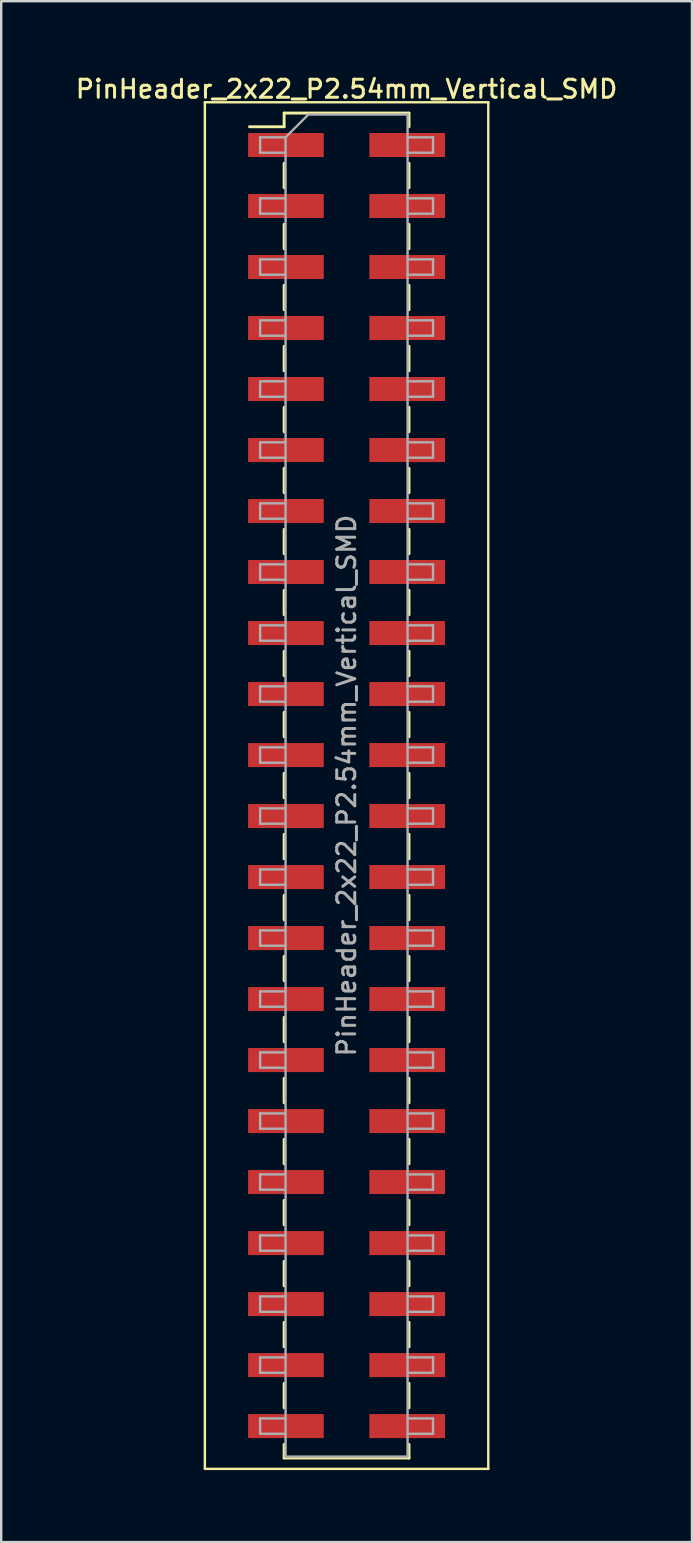
<source format=kicad_pcb>
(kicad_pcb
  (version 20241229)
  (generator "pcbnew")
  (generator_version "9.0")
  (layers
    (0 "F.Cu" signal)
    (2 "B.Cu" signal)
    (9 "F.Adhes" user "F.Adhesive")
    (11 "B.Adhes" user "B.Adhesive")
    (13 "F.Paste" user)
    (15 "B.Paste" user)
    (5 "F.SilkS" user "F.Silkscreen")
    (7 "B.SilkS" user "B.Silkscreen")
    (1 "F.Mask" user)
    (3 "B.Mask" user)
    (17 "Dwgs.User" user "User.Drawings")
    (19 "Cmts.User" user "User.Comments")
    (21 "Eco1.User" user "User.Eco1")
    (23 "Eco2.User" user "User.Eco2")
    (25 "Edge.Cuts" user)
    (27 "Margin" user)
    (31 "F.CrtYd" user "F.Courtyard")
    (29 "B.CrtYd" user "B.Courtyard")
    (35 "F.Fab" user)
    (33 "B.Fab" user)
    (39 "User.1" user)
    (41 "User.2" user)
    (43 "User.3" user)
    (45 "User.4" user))
  (footprint "PinHeader_2x22_P2.54mm_Vertical_SMD"
    (layer "F.Cu")
    (at 11.38 29.658)
    (property "Reference" "PinHeader_2x22_P2.54mm_Vertical_SMD" (at 0 -29 0) (layer "F.SilkS") (effects (font (size 0.75 0.75) (thickness 0.125))))
    (attr smd)
    (fp_line (start -5.9 -28.45) (end -5.9 28.45) (stroke (width 0.1) (type solid)) (layer "F.SilkS"))
    (fp_line (start -5.9 28.45) (end 5.9 28.45) (stroke (width 0.1) (type solid)) (layer "F.SilkS"))
    (fp_line (start -4.04 -27.43) (end -2.6 -27.43) (stroke (width 0.12) (type solid)) (layer "F.SilkS"))
    (fp_line (start -2.6 -28) (end -2.6 -27.43) (stroke (width 0.12) (type solid)) (layer "F.SilkS"))
    (fp_line (start -2.6 -28) (end 2.6 -28) (stroke (width 0.12) (type solid)) (layer "F.SilkS"))
    (fp_line (start -2.6 -25.91) (end -2.6 -24.89) (stroke (width 0.12) (type solid)) (layer "F.SilkS"))
    (fp_line (start -2.6 -23.37) (end -2.6 -22.35) (stroke (width 0.12) (type solid)) (layer "F.SilkS"))
    (fp_line (start -2.6 -20.83) (end -2.6 -19.81) (stroke (width 0.12) (type solid)) (layer "F.SilkS"))
    (fp_line (start -2.6 -18.29) (end -2.6 -17.27) (stroke (width 0.12) (type solid)) (layer "F.SilkS"))
    (fp_line (start -2.6 -15.75) (end -2.6 -14.73) (stroke (width 0.12) (type solid)) (layer "F.SilkS"))
    (fp_line (start -2.6 -13.21) (end -2.6 -12.19) (stroke (width 0.12) (type solid)) (layer "F.SilkS"))
    (fp_line (start -2.6 -10.67) (end -2.6 -9.65) (stroke (width 0.12) (type solid)) (layer "F.SilkS"))
    (fp_line (start -2.6 -8.13) (end -2.6 -7.11) (stroke (width 0.12) (type solid)) (layer "F.SilkS"))
    (fp_line (start -2.6 -5.59) (end -2.6 -4.57) (stroke (width 0.12) (type solid)) (layer "F.SilkS"))
    (fp_line (start -2.6 -3.05) (end -2.6 -2.03) (stroke (width 0.12) (type solid)) (layer "F.SilkS"))
    (fp_line (start -2.6 -0.51) (end -2.6 0.51) (stroke (width 0.12) (type solid)) (layer "F.SilkS"))
    (fp_line (start -2.6 2.03) (end -2.6 3.05) (stroke (width 0.12) (type solid)) (layer "F.SilkS"))
    (fp_line (start -2.6 4.57) (end -2.6 5.59) (stroke (width 0.12) (type solid)) (layer "F.SilkS"))
    (fp_line (start -2.6 7.11) (end -2.6 8.13) (stroke (width 0.12) (type solid)) (layer "F.SilkS"))
    (fp_line (start -2.6 9.65) (end -2.6 10.67) (stroke (width 0.12) (type solid)) (layer "F.SilkS"))
    (fp_line (start -2.6 12.19) (end -2.6 13.21) (stroke (width 0.12) (type solid)) (layer "F.SilkS"))
    (fp_line (start -2.6 14.73) (end -2.6 15.75) (stroke (width 0.12) (type solid)) (layer "F.SilkS"))
    (fp_line (start -2.6 17.27) (end -2.6 18.29) (stroke (width 0.12) (type solid)) (layer "F.SilkS"))
    (fp_line (start -2.6 19.81) (end -2.6 20.83) (stroke (width 0.12) (type solid)) (layer "F.SilkS"))
    (fp_line (start -2.6 22.35) (end -2.6 23.37) (stroke (width 0.12) (type solid)) (layer "F.SilkS"))
    (fp_line (start -2.6 24.89) (end -2.6 25.91) (stroke (width 0.12) (type solid)) (layer "F.SilkS"))
    (fp_line (start -2.6 27.43) (end -2.6 28) (stroke (width 0.12) (type solid)) (layer "F.SilkS"))
    (fp_line (start -2.6 28) (end 2.6 28) (stroke (width 0.12) (type solid)) (layer "F.SilkS"))
    (fp_line (start 2.6 -28) (end 2.6 -27.43) (stroke (width 0.12) (type solid)) (layer "F.SilkS"))
    (fp_line (start 2.6 -25.91) (end 2.6 -24.89) (stroke (width 0.12) (type solid)) (layer "F.SilkS"))
    (fp_line (start 2.6 -23.37) (end 2.6 -22.35) (stroke (width 0.12) (type solid)) (layer "F.SilkS"))
    (fp_line (start 2.6 -20.83) (end 2.6 -19.81) (stroke (width 0.12) (type solid)) (layer "F.SilkS"))
    (fp_line (start 2.6 -18.29) (end 2.6 -17.27) (stroke (width 0.12) (type solid)) (layer "F.SilkS"))
    (fp_line (start 2.6 -15.75) (end 2.6 -14.73) (stroke (width 0.12) (type solid)) (layer "F.SilkS"))
    (fp_line (start 2.6 -13.21) (end 2.6 -12.19) (stroke (width 0.12) (type solid)) (layer "F.SilkS"))
    (fp_line (start 2.6 -10.67) (end 2.6 -9.65) (stroke (width 0.12) (type solid)) (layer "F.SilkS"))
    (fp_line (start 2.6 -8.13) (end 2.6 -7.11) (stroke (width 0.12) (type solid)) (layer "F.SilkS"))
    (fp_line (start 2.6 -5.59) (end 2.6 -4.57) (stroke (width 0.12) (type solid)) (layer "F.SilkS"))
    (fp_line (start 2.6 -3.05) (end 2.6 -2.03) (stroke (width 0.12) (type solid)) (layer "F.SilkS"))
    (fp_line (start 2.6 -0.51) (end 2.6 0.51) (stroke (width 0.12) (type solid)) (layer "F.SilkS"))
    (fp_line (start 2.6 2.03) (end 2.6 3.05) (stroke (width 0.12) (type solid)) (layer "F.SilkS"))
    (fp_line (start 2.6 4.57) (end 2.6 5.59) (stroke (width 0.12) (type solid)) (layer "F.SilkS"))
    (fp_line (start 2.6 7.11) (end 2.6 8.13) (stroke (width 0.12) (type solid)) (layer "F.SilkS"))
    (fp_line (start 2.6 9.65) (end 2.6 10.67) (stroke (width 0.12) (type solid)) (layer "F.SilkS"))
    (fp_line (start 2.6 12.19) (end 2.6 13.21) (stroke (width 0.12) (type solid)) (layer "F.SilkS"))
    (fp_line (start 2.6 14.73) (end 2.6 15.75) (stroke (width 0.12) (type solid)) (layer "F.SilkS"))
    (fp_line (start 2.6 17.27) (end 2.6 18.29) (stroke (width 0.12) (type solid)) (layer "F.SilkS"))
    (fp_line (start 2.6 19.81) (end 2.6 20.83) (stroke (width 0.12) (type solid)) (layer "F.SilkS"))
    (fp_line (start 2.6 22.35) (end 2.6 23.37) (stroke (width 0.12) (type solid)) (layer "F.SilkS"))
    (fp_line (start 2.6 24.89) (end 2.6 25.91) (stroke (width 0.12) (type solid)) (layer "F.SilkS"))
    (fp_line (start 2.6 27.43) (end 2.6 28) (stroke (width 0.12) (type solid)) (layer "F.SilkS"))
    (fp_line (start 5.9 -28.45) (end -5.9 -28.45) (stroke (width 0.1) (type solid)) (layer "F.SilkS"))
    (fp_line (start 5.9 28.45) (end 5.9 -28.45) (stroke (width 0.1) (type solid)) (layer "F.SilkS"))
    (fp_line (start -3.6 -26.99) (end -3.6 -26.35) (stroke (width 0.1) (type solid)) (layer "F.Fab"))
    (fp_line (start -3.6 -26.35) (end -2.54 -26.35) (stroke (width 0.1) (type solid)) (layer "F.Fab"))
    (fp_line (start -3.6 -24.45) (end -3.6 -23.81) (stroke (width 0.1) (type solid)) (layer "F.Fab"))
    (fp_line (start -3.6 -23.81) (end -2.54 -23.81) (stroke (width 0.1) (type solid)) (layer "F.Fab"))
    (fp_line (start -3.6 -21.91) (end -3.6 -21.27) (stroke (width 0.1) (type solid)) (layer "F.Fab"))
    (fp_line (start -3.6 -21.27) (end -2.54 -21.27) (stroke (width 0.1) (type solid)) (layer "F.Fab"))
    (fp_line (start -3.6 -19.37) (end -3.6 -18.73) (stroke (width 0.1) (type solid)) (layer "F.Fab"))
    (fp_line (start -3.6 -18.73) (end -2.54 -18.73) (stroke (width 0.1) (type solid)) (layer "F.Fab"))
    (fp_line (start -3.6 -16.83) (end -3.6 -16.19) (stroke (width 0.1) (type solid)) (layer "F.Fab"))
    (fp_line (start -3.6 -16.19) (end -2.54 -16.19) (stroke (width 0.1) (type solid)) (layer "F.Fab"))
    (fp_line (start -3.6 -14.29) (end -3.6 -13.65) (stroke (width 0.1) (type solid)) (layer "F.Fab"))
    (fp_line (start -3.6 -13.65) (end -2.54 -13.65) (stroke (width 0.1) (type solid)) (layer "F.Fab"))
    (fp_line (start -3.6 -11.75) (end -3.6 -11.11) (stroke (width 0.1) (type solid)) (layer "F.Fab"))
    (fp_line (start -3.6 -11.11) (end -2.54 -11.11) (stroke (width 0.1) (type solid)) (layer "F.Fab"))
    (fp_line (start -3.6 -9.21) (end -3.6 -8.57) (stroke (width 0.1) (type solid)) (layer "F.Fab"))
    (fp_line (start -3.6 -8.57) (end -2.54 -8.57) (stroke (width 0.1) (type solid)) (layer "F.Fab"))
    (fp_line (start -3.6 -6.67) (end -3.6 -6.03) (stroke (width 0.1) (type solid)) (layer "F.Fab"))
    (fp_line (start -3.6 -6.03) (end -2.54 -6.03) (stroke (width 0.1) (type solid)) (layer "F.Fab"))
    (fp_line (start -3.6 -4.13) (end -3.6 -3.49) (stroke (width 0.1) (type solid)) (layer "F.Fab"))
    (fp_line (start -3.6 -3.49) (end -2.54 -3.49) (stroke (width 0.1) (type solid)) (layer "F.Fab"))
    (fp_line (start -3.6 -1.59) (end -3.6 -0.95) (stroke (width 0.1) (type solid)) (layer "F.Fab"))
    (fp_line (start -3.6 -0.95) (end -2.54 -0.95) (stroke (width 0.1) (type solid)) (layer "F.Fab"))
    (fp_line (start -3.6 0.95) (end -3.6 1.59) (stroke (width 0.1) (type solid)) (layer "F.Fab"))
    (fp_line (start -3.6 1.59) (end -2.54 1.59) (stroke (width 0.1) (type solid)) (layer "F.Fab"))
    (fp_line (start -3.6 3.49) (end -3.6 4.13) (stroke (width 0.1) (type solid)) (layer "F.Fab"))
    (fp_line (start -3.6 4.13) (end -2.54 4.13) (stroke (width 0.1) (type solid)) (layer "F.Fab"))
    (fp_line (start -3.6 6.03) (end -3.6 6.67) (stroke (width 0.1) (type solid)) (layer "F.Fab"))
    (fp_line (start -3.6 6.67) (end -2.54 6.67) (stroke (width 0.1) (type solid)) (layer "F.Fab"))
    (fp_line (start -3.6 8.57) (end -3.6 9.21) (stroke (width 0.1) (type solid)) (layer "F.Fab"))
    (fp_line (start -3.6 9.21) (end -2.54 9.21) (stroke (width 0.1) (type solid)) (layer "F.Fab"))
    (fp_line (start -3.6 11.11) (end -3.6 11.75) (stroke (width 0.1) (type solid)) (layer "F.Fab"))
    (fp_line (start -3.6 11.75) (end -2.54 11.75) (stroke (width 0.1) (type solid)) (layer "F.Fab"))
    (fp_line (start -3.6 13.65) (end -3.6 14.29) (stroke (width 0.1) (type solid)) (layer "F.Fab"))
    (fp_line (start -3.6 14.29) (end -2.54 14.29) (stroke (width 0.1) (type solid)) (layer "F.Fab"))
    (fp_line (start -3.6 16.19) (end -3.6 16.83) (stroke (width 0.1) (type solid)) (layer "F.Fab"))
    (fp_line (start -3.6 16.83) (end -2.54 16.83) (stroke (width 0.1) (type solid)) (layer "F.Fab"))
    (fp_line (start -3.6 18.73) (end -3.6 19.37) (stroke (width 0.1) (type solid)) (layer "F.Fab"))
    (fp_line (start -3.6 19.37) (end -2.54 19.37) (stroke (width 0.1) (type solid)) (layer "F.Fab"))
    (fp_line (start -3.6 21.27) (end -3.6 21.91) (stroke (width 0.1) (type solid)) (layer "F.Fab"))
    (fp_line (start -3.6 21.91) (end -2.54 21.91) (stroke (width 0.1) (type solid)) (layer "F.Fab"))
    (fp_line (start -3.6 23.81) (end -3.6 24.45) (stroke (width 0.1) (type solid)) (layer "F.Fab"))
    (fp_line (start -3.6 24.45) (end -2.54 24.45) (stroke (width 0.1) (type solid)) (layer "F.Fab"))
    (fp_line (start -3.6 26.35) (end -3.6 26.99) (stroke (width 0.1) (type solid)) (layer "F.Fab"))
    (fp_line (start -3.6 26.99) (end -2.54 26.99) (stroke (width 0.1) (type solid)) (layer "F.Fab"))
    (fp_line (start -2.54 -26.99) (end -3.6 -26.99) (stroke (width 0.1) (type solid)) (layer "F.Fab"))
    (fp_line (start -2.54 -26.99) (end -1.59 -27.94) (stroke (width 0.1) (type solid)) (layer "F.Fab"))
    (fp_line (start -2.54 -24.45) (end -3.6 -24.45) (stroke (width 0.1) (type solid)) (layer "F.Fab"))
    (fp_line (start -2.54 -21.91) (end -3.6 -21.91) (stroke (width 0.1) (type solid)) (layer "F.Fab"))
    (fp_line (start -2.54 -19.37) (end -3.6 -19.37) (stroke (width 0.1) (type solid)) (layer "F.Fab"))
    (fp_line (start -2.54 -16.83) (end -3.6 -16.83) (stroke (width 0.1) (type solid)) (layer "F.Fab"))
    (fp_line (start -2.54 -14.29) (end -3.6 -14.29) (stroke (width 0.1) (type solid)) (layer "F.Fab"))
    (fp_line (start -2.54 -11.75) (end -3.6 -11.75) (stroke (width 0.1) (type solid)) (layer "F.Fab"))
    (fp_line (start -2.54 -9.21) (end -3.6 -9.21) (stroke (width 0.1) (type solid)) (layer "F.Fab"))
    (fp_line (start -2.54 -6.67) (end -3.6 -6.67) (stroke (width 0.1) (type solid)) (layer "F.Fab"))
    (fp_line (start -2.54 -4.13) (end -3.6 -4.13) (stroke (width 0.1) (type solid)) (layer "F.Fab"))
    (fp_line (start -2.54 -1.59) (end -3.6 -1.59) (stroke (width 0.1) (type solid)) (layer "F.Fab"))
    (fp_line (start -2.54 0.95) (end -3.6 0.95) (stroke (width 0.1) (type solid)) (layer "F.Fab"))
    (fp_line (start -2.54 3.49) (end -3.6 3.49) (stroke (width 0.1) (type solid)) (layer "F.Fab"))
    (fp_line (start -2.54 6.03) (end -3.6 6.03) (stroke (width 0.1) (type solid)) (layer "F.Fab"))
    (fp_line (start -2.54 8.57) (end -3.6 8.57) (stroke (width 0.1) (type solid)) (layer "F.Fab"))
    (fp_line (start -2.54 11.11) (end -3.6 11.11) (stroke (width 0.1) (type solid)) (layer "F.Fab"))
    (fp_line (start -2.54 13.65) (end -3.6 13.65) (stroke (width 0.1) (type solid)) (layer "F.Fab"))
    (fp_line (start -2.54 16.19) (end -3.6 16.19) (stroke (width 0.1) (type solid)) (layer "F.Fab"))
    (fp_line (start -2.54 18.73) (end -3.6 18.73) (stroke (width 0.1) (type solid)) (layer "F.Fab"))
    (fp_line (start -2.54 21.27) (end -3.6 21.27) (stroke (width 0.1) (type solid)) (layer "F.Fab"))
    (fp_line (start -2.54 23.81) (end -3.6 23.81) (stroke (width 0.1) (type solid)) (layer "F.Fab"))
    (fp_line (start -2.54 26.35) (end -3.6 26.35) (stroke (width 0.1) (type solid)) (layer "F.Fab"))
    (fp_line (start -2.54 27.94) (end -2.54 -26.99) (stroke (width 0.1) (type solid)) (layer "F.Fab"))
    (fp_line (start -1.59 -27.94) (end 2.54 -27.94) (stroke (width 0.1) (type solid)) (layer "F.Fab"))
    (fp_line (start 2.54 -27.94) (end 2.54 27.94) (stroke (width 0.1) (type solid)) (layer "F.Fab"))
    (fp_line (start 2.54 -26.99) (end 3.6 -26.99) (stroke (width 0.1) (type solid)) (layer "F.Fab"))
    (fp_line (start 2.54 -24.45) (end 3.6 -24.45) (stroke (width 0.1) (type solid)) (layer "F.Fab"))
    (fp_line (start 2.54 -21.91) (end 3.6 -21.91) (stroke (width 0.1) (type solid)) (layer "F.Fab"))
    (fp_line (start 2.54 -19.37) (end 3.6 -19.37) (stroke (width 0.1) (type solid)) (layer "F.Fab"))
    (fp_line (start 2.54 -16.83) (end 3.6 -16.83) (stroke (width 0.1) (type solid)) (layer "F.Fab"))
    (fp_line (start 2.54 -14.29) (end 3.6 -14.29) (stroke (width 0.1) (type solid)) (layer "F.Fab"))
    (fp_line (start 2.54 -11.75) (end 3.6 -11.75) (stroke (width 0.1) (type solid)) (layer "F.Fab"))
    (fp_line (start 2.54 -9.21) (end 3.6 -9.21) (stroke (width 0.1) (type solid)) (layer "F.Fab"))
    (fp_line (start 2.54 -6.67) (end 3.6 -6.67) (stroke (width 0.1) (type solid)) (layer "F.Fab"))
    (fp_line (start 2.54 -4.13) (end 3.6 -4.13) (stroke (width 0.1) (type solid)) (layer "F.Fab"))
    (fp_line (start 2.54 -1.59) (end 3.6 -1.59) (stroke (width 0.1) (type solid)) (layer "F.Fab"))
    (fp_line (start 2.54 0.95) (end 3.6 0.95) (stroke (width 0.1) (type solid)) (layer "F.Fab"))
    (fp_line (start 2.54 3.49) (end 3.6 3.49) (stroke (width 0.1) (type solid)) (layer "F.Fab"))
    (fp_line (start 2.54 6.03) (end 3.6 6.03) (stroke (width 0.1) (type solid)) (layer "F.Fab"))
    (fp_line (start 2.54 8.57) (end 3.6 8.57) (stroke (width 0.1) (type solid)) (layer "F.Fab"))
    (fp_line (start 2.54 11.11) (end 3.6 11.11) (stroke (width 0.1) (type solid)) (layer "F.Fab"))
    (fp_line (start 2.54 13.65) (end 3.6 13.65) (stroke (width 0.1) (type solid)) (layer "F.Fab"))
    (fp_line (start 2.54 16.19) (end 3.6 16.19) (stroke (width 0.1) (type solid)) (layer "F.Fab"))
    (fp_line (start 2.54 18.73) (end 3.6 18.73) (stroke (width 0.1) (type solid)) (layer "F.Fab"))
    (fp_line (start 2.54 21.27) (end 3.6 21.27) (stroke (width 0.1) (type solid)) (layer "F.Fab"))
    (fp_line (start 2.54 23.81) (end 3.6 23.81) (stroke (width 0.1) (type solid)) (layer "F.Fab"))
    (fp_line (start 2.54 26.35) (end 3.6 26.35) (stroke (width 0.1) (type solid)) (layer "F.Fab"))
    (fp_line (start 2.54 27.94) (end -2.54 27.94) (stroke (width 0.1) (type solid)) (layer "F.Fab"))
    (fp_line (start 3.6 -26.99) (end 3.6 -26.35) (stroke (width 0.1) (type solid)) (layer "F.Fab"))
    (fp_line (start 3.6 -26.35) (end 2.54 -26.35) (stroke (width 0.1) (type solid)) (layer "F.Fab"))
    (fp_line (start 3.6 -24.45) (end 3.6 -23.81) (stroke (width 0.1) (type solid)) (layer "F.Fab"))
    (fp_line (start 3.6 -23.81) (end 2.54 -23.81) (stroke (width 0.1) (type solid)) (layer "F.Fab"))
    (fp_line (start 3.6 -21.91) (end 3.6 -21.27) (stroke (width 0.1) (type solid)) (layer "F.Fab"))
    (fp_line (start 3.6 -21.27) (end 2.54 -21.27) (stroke (width 0.1) (type solid)) (layer "F.Fab"))
    (fp_line (start 3.6 -19.37) (end 3.6 -18.73) (stroke (width 0.1) (type solid)) (layer "F.Fab"))
    (fp_line (start 3.6 -18.73) (end 2.54 -18.73) (stroke (width 0.1) (type solid)) (layer "F.Fab"))
    (fp_line (start 3.6 -16.83) (end 3.6 -16.19) (stroke (width 0.1) (type solid)) (layer "F.Fab"))
    (fp_line (start 3.6 -16.19) (end 2.54 -16.19) (stroke (width 0.1) (type solid)) (layer "F.Fab"))
    (fp_line (start 3.6 -14.29) (end 3.6 -13.65) (stroke (width 0.1) (type solid)) (layer "F.Fab"))
    (fp_line (start 3.6 -13.65) (end 2.54 -13.65) (stroke (width 0.1) (type solid)) (layer "F.Fab"))
    (fp_line (start 3.6 -11.75) (end 3.6 -11.11) (stroke (width 0.1) (type solid)) (layer "F.Fab"))
    (fp_line (start 3.6 -11.11) (end 2.54 -11.11) (stroke (width 0.1) (type solid)) (layer "F.Fab"))
    (fp_line (start 3.6 -9.21) (end 3.6 -8.57) (stroke (width 0.1) (type solid)) (layer "F.Fab"))
    (fp_line (start 3.6 -8.57) (end 2.54 -8.57) (stroke (width 0.1) (type solid)) (layer "F.Fab"))
    (fp_line (start 3.6 -6.67) (end 3.6 -6.03) (stroke (width 0.1) (type solid)) (layer "F.Fab"))
    (fp_line (start 3.6 -6.03) (end 2.54 -6.03) (stroke (width 0.1) (type solid)) (layer "F.Fab"))
    (fp_line (start 3.6 -4.13) (end 3.6 -3.49) (stroke (width 0.1) (type solid)) (layer "F.Fab"))
    (fp_line (start 3.6 -3.49) (end 2.54 -3.49) (stroke (width 0.1) (type solid)) (layer "F.Fab"))
    (fp_line (start 3.6 -1.59) (end 3.6 -0.95) (stroke (width 0.1) (type solid)) (layer "F.Fab"))
    (fp_line (start 3.6 -0.95) (end 2.54 -0.95) (stroke (width 0.1) (type solid)) (layer "F.Fab"))
    (fp_line (start 3.6 0.95) (end 3.6 1.59) (stroke (width 0.1) (type solid)) (layer "F.Fab"))
    (fp_line (start 3.6 1.59) (end 2.54 1.59) (stroke (width 0.1) (type solid)) (layer "F.Fab"))
    (fp_line (start 3.6 3.49) (end 3.6 4.13) (stroke (width 0.1) (type solid)) (layer "F.Fab"))
    (fp_line (start 3.6 4.13) (end 2.54 4.13) (stroke (width 0.1) (type solid)) (layer "F.Fab"))
    (fp_line (start 3.6 6.03) (end 3.6 6.67) (stroke (width 0.1) (type solid)) (layer "F.Fab"))
    (fp_line (start 3.6 6.67) (end 2.54 6.67) (stroke (width 0.1) (type solid)) (layer "F.Fab"))
    (fp_line (start 3.6 8.57) (end 3.6 9.21) (stroke (width 0.1) (type solid)) (layer "F.Fab"))
    (fp_line (start 3.6 9.21) (end 2.54 9.21) (stroke (width 0.1) (type solid)) (layer "F.Fab"))
    (fp_line (start 3.6 11.11) (end 3.6 11.75) (stroke (width 0.1) (type solid)) (layer "F.Fab"))
    (fp_line (start 3.6 11.75) (end 2.54 11.75) (stroke (width 0.1) (type solid)) (layer "F.Fab"))
    (fp_line (start 3.6 13.65) (end 3.6 14.29) (stroke (width 0.1) (type solid)) (layer "F.Fab"))
    (fp_line (start 3.6 14.29) (end 2.54 14.29) (stroke (width 0.1) (type solid)) (layer "F.Fab"))
    (fp_line (start 3.6 16.19) (end 3.6 16.83) (stroke (width 0.1) (type solid)) (layer "F.Fab"))
    (fp_line (start 3.6 16.83) (end 2.54 16.83) (stroke (width 0.1) (type solid)) (layer "F.Fab"))
    (fp_line (start 3.6 18.73) (end 3.6 19.37) (stroke (width 0.1) (type solid)) (layer "F.Fab"))
    (fp_line (start 3.6 19.37) (end 2.54 19.37) (stroke (width 0.1) (type solid)) (layer "F.Fab"))
    (fp_line (start 3.6 21.27) (end 3.6 21.91) (stroke (width 0.1) (type solid)) (layer "F.Fab"))
    (fp_line (start 3.6 21.91) (end 2.54 21.91) (stroke (width 0.1) (type solid)) (layer "F.Fab"))
    (fp_line (start 3.6 23.81) (end 3.6 24.45) (stroke (width 0.1) (type solid)) (layer "F.Fab"))
    (fp_line (start 3.6 24.45) (end 2.54 24.45) (stroke (width 0.1) (type solid)) (layer "F.Fab"))
    (fp_line (start 3.6 26.35) (end 3.6 26.99) (stroke (width 0.1) (type solid)) (layer "F.Fab"))
    (fp_line (start 3.6 26.99) (end 2.54 26.99) (stroke (width 0.1) (type solid)) (layer "F.Fab"))
    (fp_text user "${REFERENCE}" (at 0 0 90) (layer "F.Fab") (effects (font (size 0.75 0.75) (thickness 0.125))))
    (pad "1" smd rect (at -2.525 -26.67) (size 3.15 1) (layers "F.Cu" "F.Mask" "F.Paste"))
    (pad "2" smd rect (at 2.525 -26.67) (size 3.15 1) (layers "F.Cu" "F.Mask" "F.Paste"))
    (pad "3" smd rect (at -2.525 -24.13) (size 3.15 1) (layers "F.Cu" "F.Mask" "F.Paste"))
    (pad "4" smd rect (at 2.525 -24.13) (size 3.15 1) (layers "F.Cu" "F.Mask" "F.Paste"))
    (pad "5" smd rect (at -2.525 -21.59) (size 3.15 1) (layers "F.Cu" "F.Mask" "F.Paste"))
    (pad "6" smd rect (at 2.525 -21.59) (size 3.15 1) (layers "F.Cu" "F.Mask" "F.Paste"))
    (pad "7" smd rect (at -2.525 -19.05) (size 3.15 1) (layers "F.Cu" "F.Mask" "F.Paste"))
    (pad "8" smd rect (at 2.525 -19.05) (size 3.15 1) (layers "F.Cu" "F.Mask" "F.Paste"))
    (pad "9" smd rect (at -2.525 -16.51) (size 3.15 1) (layers "F.Cu" "F.Mask" "F.Paste"))
    (pad "10" smd rect (at 2.525 -16.51) (size 3.15 1) (layers "F.Cu" "F.Mask" "F.Paste"))
    (pad "11" smd rect (at -2.525 -13.97) (size 3.15 1) (layers "F.Cu" "F.Mask" "F.Paste"))
    (pad "12" smd rect (at 2.525 -13.97) (size 3.15 1) (layers "F.Cu" "F.Mask" "F.Paste"))
    (pad "13" smd rect (at -2.525 -11.43) (size 3.15 1) (layers "F.Cu" "F.Mask" "F.Paste"))
    (pad "14" smd rect (at 2.525 -11.43) (size 3.15 1) (layers "F.Cu" "F.Mask" "F.Paste"))
    (pad "15" smd rect (at -2.525 -8.89) (size 3.15 1) (layers "F.Cu" "F.Mask" "F.Paste"))
    (pad "16" smd rect (at 2.525 -8.89) (size 3.15 1) (layers "F.Cu" "F.Mask" "F.Paste"))
    (pad "17" smd rect (at -2.525 -6.35) (size 3.15 1) (layers "F.Cu" "F.Mask" "F.Paste"))
    (pad "18" smd rect (at 2.525 -6.35) (size 3.15 1) (layers "F.Cu" "F.Mask" "F.Paste"))
    (pad "19" smd rect (at -2.525 -3.81) (size 3.15 1) (layers "F.Cu" "F.Mask" "F.Paste"))
    (pad "20" smd rect (at 2.525 -3.81) (size 3.15 1) (layers "F.Cu" "F.Mask" "F.Paste"))
    (pad "21" smd rect (at -2.525 -1.27) (size 3.15 1) (layers "F.Cu" "F.Mask" "F.Paste"))
    (pad "22" smd rect (at 2.525 -1.27) (size 3.15 1) (layers "F.Cu" "F.Mask" "F.Paste"))
    (pad "23" smd rect (at -2.525 1.27) (size 3.15 1) (layers "F.Cu" "F.Mask" "F.Paste"))
    (pad "24" smd rect (at 2.525 1.27) (size 3.15 1) (layers "F.Cu" "F.Mask" "F.Paste"))
    (pad "25" smd rect (at -2.525 3.81) (size 3.15 1) (layers "F.Cu" "F.Mask" "F.Paste"))
    (pad "26" smd rect (at 2.525 3.81) (size 3.15 1) (layers "F.Cu" "F.Mask" "F.Paste"))
    (pad "27" smd rect (at -2.525 6.35) (size 3.15 1) (layers "F.Cu" "F.Mask" "F.Paste"))
    (pad "28" smd rect (at 2.525 6.35) (size 3.15 1) (layers "F.Cu" "F.Mask" "F.Paste"))
    (pad "29" smd rect (at -2.525 8.89) (size 3.15 1) (layers "F.Cu" "F.Mask" "F.Paste"))
    (pad "30" smd rect (at 2.525 8.89) (size 3.15 1) (layers "F.Cu" "F.Mask" "F.Paste"))
    (pad "31" smd rect (at -2.525 11.43) (size 3.15 1) (layers "F.Cu" "F.Mask" "F.Paste"))
    (pad "32" smd rect (at 2.525 11.43) (size 3.15 1) (layers "F.Cu" "F.Mask" "F.Paste"))
    (pad "33" smd rect (at -2.525 13.97) (size 3.15 1) (layers "F.Cu" "F.Mask" "F.Paste"))
    (pad "34" smd rect (at 2.525 13.97) (size 3.15 1) (layers "F.Cu" "F.Mask" "F.Paste"))
    (pad "35" smd rect (at -2.525 16.51) (size 3.15 1) (layers "F.Cu" "F.Mask" "F.Paste"))
    (pad "36" smd rect (at 2.525 16.51) (size 3.15 1) (layers "F.Cu" "F.Mask" "F.Paste"))
    (pad "37" smd rect (at -2.525 19.05) (size 3.15 1) (layers "F.Cu" "F.Mask" "F.Paste"))
    (pad "38" smd rect (at 2.525 19.05) (size 3.15 1) (layers "F.Cu" "F.Mask" "F.Paste"))
    (pad "39" smd rect (at -2.525 21.59) (size 3.15 1) (layers "F.Cu" "F.Mask" "F.Paste"))
    (pad "40" smd rect (at 2.525 21.59) (size 3.15 1) (layers "F.Cu" "F.Mask" "F.Paste"))
    (pad "41" smd rect (at -2.525 24.13) (size 3.15 1) (layers "F.Cu" "F.Mask" "F.Paste"))
    (pad "42" smd rect (at 2.525 24.13) (size 3.15 1) (layers "F.Cu" "F.Mask" "F.Paste"))
    (pad "43" smd rect (at -2.525 26.67) (size 3.15 1) (layers "F.Cu" "F.Mask" "F.Paste"))
    (pad "44" smd rect (at 2.525 26.67) (size 3.15 1) (layers "F.Cu" "F.Mask" "F.Paste")))
  (gr_rect
    (start -3 -3)
    (end 25.761 61.158)
    (stroke (width 0.1) (type default))
    (fill no)
    (layer "Edge.Cuts")))
</source>
